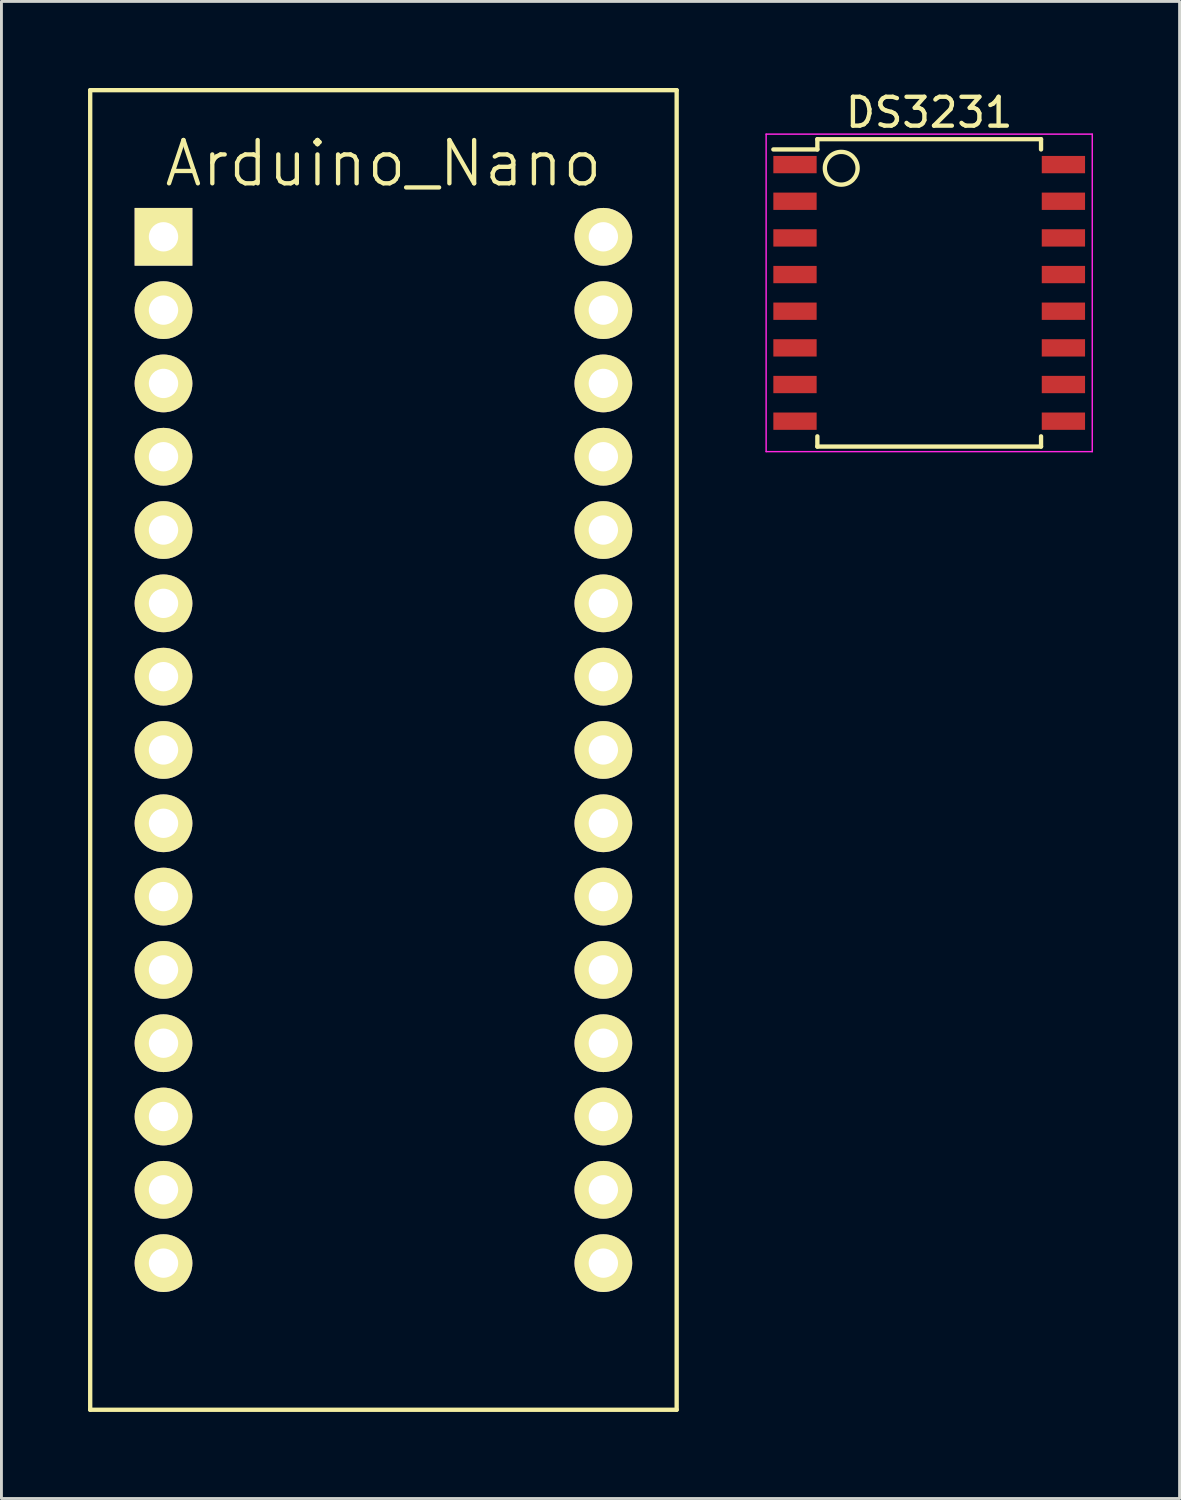
<source format=kicad_pcb>
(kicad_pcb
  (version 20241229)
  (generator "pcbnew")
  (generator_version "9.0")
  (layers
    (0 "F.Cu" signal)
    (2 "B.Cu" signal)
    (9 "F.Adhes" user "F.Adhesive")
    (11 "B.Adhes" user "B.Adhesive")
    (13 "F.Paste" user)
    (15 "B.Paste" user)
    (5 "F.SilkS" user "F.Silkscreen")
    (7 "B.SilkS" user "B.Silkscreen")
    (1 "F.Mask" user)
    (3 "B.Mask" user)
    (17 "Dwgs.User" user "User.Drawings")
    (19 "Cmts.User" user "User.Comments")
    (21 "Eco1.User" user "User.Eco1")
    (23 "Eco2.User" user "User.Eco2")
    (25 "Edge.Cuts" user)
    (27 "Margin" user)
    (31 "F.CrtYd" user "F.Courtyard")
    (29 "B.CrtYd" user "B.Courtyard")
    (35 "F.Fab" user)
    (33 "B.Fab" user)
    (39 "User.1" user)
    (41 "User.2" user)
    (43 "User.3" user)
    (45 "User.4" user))
  (footprint "DS3231"
    (layer "F.Cu")
    (at 29.145 7.098)
    (property "Reference" "DS3231" (at 0 -6.25 0) (layer "F.SilkS") (effects (font (size 1 1) (thickness 0.15))))
    (attr smd)
    (fp_line (start -3.875 -5.325) (end -3.875 -4.97) (stroke (width 0.15) (type solid)) (layer "F.SilkS"))
    (fp_line (start -3.875 -5.325) (end 3.875 -5.325) (stroke (width 0.15) (type solid)) (layer "F.SilkS"))
    (fp_line (start -3.875 -4.97) (end -5.4 -4.97) (stroke (width 0.15) (type solid)) (layer "F.SilkS"))
    (fp_line (start -3.875 5.325) (end -3.875 4.97) (stroke (width 0.15) (type solid)) (layer "F.SilkS"))
    (fp_line (start -3.875 5.325) (end 3.875 5.325) (stroke (width 0.15) (type solid)) (layer "F.SilkS"))
    (fp_line (start 3.875 -5.325) (end 3.875 -4.97) (stroke (width 0.15) (type solid)) (layer "F.SilkS"))
    (fp_line (start 3.875 5.325) (end 3.875 4.97) (stroke (width 0.15) (type solid)) (layer "F.SilkS"))
    (fp_circle (center -3.048 -4.318) (end -3.302 -4.826) (stroke (width 0.15) (type solid)) (fill no) (layer "F.SilkS"))
    (fp_line (start -5.65 -5.5) (end -5.65 5.5) (stroke (width 0.05) (type solid)) (layer "F.CrtYd"))
    (fp_line (start -5.65 -5.5) (end 5.65 -5.5) (stroke (width 0.05) (type solid)) (layer "F.CrtYd"))
    (fp_line (start -5.65 5.5) (end 5.65 5.5) (stroke (width 0.05) (type solid)) (layer "F.CrtYd"))
    (fp_line (start 5.65 -5.5) (end 5.65 5.5) (stroke (width 0.05) (type solid)) (layer "F.CrtYd"))
    (pad "1" smd rect (at -4.65 -4.445) (size 1.5 0.6) (layers "F.Cu" "F.Mask" "F.Paste"))
    (pad "2" smd rect (at -4.65 -3.175) (size 1.5 0.6) (layers "F.Cu" "F.Mask" "F.Paste"))
    (pad "3" smd rect (at -4.65 -1.905) (size 1.5 0.6) (layers "F.Cu" "F.Mask" "F.Paste"))
    (pad "4" smd rect (at -4.65 -0.635) (size 1.5 0.6) (layers "F.Cu" "F.Mask" "F.Paste"))
    (pad "5" smd rect (at -4.65 0.635) (size 1.5 0.6) (layers "F.Cu" "F.Mask" "F.Paste"))
    (pad "6" smd rect (at -4.65 1.905) (size 1.5 0.6) (layers "F.Cu" "F.Mask" "F.Paste"))
    (pad "7" smd rect (at -4.65 3.175) (size 1.5 0.6) (layers "F.Cu" "F.Mask" "F.Paste"))
    (pad "8" smd rect (at -4.65 4.445) (size 1.5 0.6) (layers "F.Cu" "F.Mask" "F.Paste"))
    (pad "9" smd rect (at 4.65 4.445) (size 1.5 0.6) (layers "F.Cu" "F.Mask" "F.Paste"))
    (pad "10" smd rect (at 4.65 3.175) (size 1.5 0.6) (layers "F.Cu" "F.Mask" "F.Paste"))
    (pad "11" smd rect (at 4.65 1.905) (size 1.5 0.6) (layers "F.Cu" "F.Mask" "F.Paste"))
    (pad "12" smd rect (at 4.65 0.635) (size 1.5 0.6) (layers "F.Cu" "F.Mask" "F.Paste"))
    (pad "13" smd rect (at 4.65 -0.635) (size 1.5 0.6) (layers "F.Cu" "F.Mask" "F.Paste"))
    (pad "14" smd rect (at 4.65 -1.905) (size 1.5 0.6) (layers "F.Cu" "F.Mask" "F.Paste"))
    (pad "15" smd rect (at 4.65 -3.175) (size 1.5 0.6) (layers "F.Cu" "F.Mask" "F.Paste"))
    (pad "16" smd rect (at 4.65 -4.445) (size 1.5 0.6) (layers "F.Cu" "F.Mask" "F.Paste")))
  (footprint "Arduino_Nano"
    (layer "F.Cu")
    (at 10.235 38.175)
    (property "Reference" "Arduino_Nano" (at 0 -35.56 0) (layer "F.SilkS") (effects (font (size 1.5 1.5) (thickness 0.15))))
    (attr through_hole)
    (fp_line (start -10.16 -38.1) (end -10.16 7.62) (stroke (width 0.15) (type solid)) (layer "F.SilkS"))
    (fp_line (start -10.16 7.62) (end 10.16 7.62) (stroke (width 0.15) (type solid)) (layer "F.SilkS"))
    (fp_line (start 10.16 -38.1) (end -10.16 -38.1) (stroke (width 0.15) (type solid)) (layer "F.SilkS"))
    (fp_line (start 10.16 7.62) (end 10.16 -38.1) (stroke (width 0.15) (type solid)) (layer "F.SilkS"))
    (pad "1" thru_hole rect (at -7.62 -33.02) (size 2 2) (drill 1.016) (layers "*.Cu" "*.Mask" "F.SilkS"))
    (pad "2" thru_hole circle (at -7.62 -30.48) (size 2 2) (drill 1.016) (layers "*.Cu" "*.Mask" "F.SilkS"))
    (pad "3" thru_hole circle (at -7.62 -27.94) (size 2 2) (drill 1.016) (layers "*.Cu" "*.Mask" "F.SilkS"))
    (pad "4" thru_hole circle (at -7.62 -25.4) (size 2 2) (drill 1.016) (layers "*.Cu" "*.Mask" "F.SilkS"))
    (pad "5" thru_hole circle (at -7.62 -22.86) (size 2 2) (drill 1.016) (layers "*.Cu" "*.Mask" "F.SilkS"))
    (pad "6" thru_hole circle (at -7.62 -20.32) (size 2 2) (drill 1.016) (layers "*.Cu" "*.Mask" "F.SilkS"))
    (pad "7" thru_hole circle (at -7.62 -17.78) (size 2 2) (drill 1.016) (layers "*.Cu" "*.Mask" "F.SilkS"))
    (pad "8" thru_hole circle (at -7.62 -15.24) (size 2 2) (drill 1.016) (layers "*.Cu" "*.Mask" "F.SilkS"))
    (pad "9" thru_hole circle (at -7.62 -12.7) (size 2 2) (drill 1.016) (layers "*.Cu" "*.Mask" "F.SilkS"))
    (pad "10" thru_hole circle (at -7.62 -10.16) (size 2 2) (drill 1.016) (layers "*.Cu" "*.Mask" "F.SilkS"))
    (pad "11" thru_hole circle (at -7.62 -7.62) (size 2 2) (drill 1.016) (layers "*.Cu" "*.Mask" "F.SilkS"))
    (pad "12" thru_hole circle (at -7.62 -5.08) (size 2 2) (drill 1.016) (layers "*.Cu" "*.Mask" "F.SilkS"))
    (pad "13" thru_hole circle (at -7.62 -2.54) (size 2 2) (drill 1.016) (layers "*.Cu" "*.Mask" "F.SilkS"))
    (pad "14" thru_hole circle (at -7.62 0) (size 2 2) (drill 1.016) (layers "*.Cu" "*.Mask" "F.SilkS"))
    (pad "15" thru_hole circle (at -7.62 2.54) (size 2 2) (drill 1.016) (layers "*.Cu" "*.Mask" "F.SilkS"))
    (pad "16" thru_hole circle (at 7.62 -33.02) (size 2 2) (drill 1.016) (layers "*.Cu" "*.Mask" "F.SilkS"))
    (pad "17" thru_hole circle (at 7.62 -30.48) (size 2 2) (drill 1.016) (layers "*.Cu" "*.Mask" "F.SilkS"))
    (pad "18" thru_hole circle (at 7.62 -27.94) (size 2 2) (drill 1.016) (layers "*.Cu" "*.Mask" "F.SilkS"))
    (pad "19" thru_hole circle (at 7.62 -25.4) (size 2 2) (drill 1.016) (layers "*.Cu" "*.Mask" "F.SilkS"))
    (pad "20" thru_hole circle (at 7.62 -22.86) (size 2 2) (drill 1.016) (layers "*.Cu" "*.Mask" "F.SilkS"))
    (pad "21" thru_hole circle (at 7.62 -20.32) (size 2 2) (drill 1.016) (layers "*.Cu" "*.Mask" "F.SilkS"))
    (pad "22" thru_hole circle (at 7.62 -17.78) (size 2 2) (drill 1.016) (layers "*.Cu" "*.Mask" "F.SilkS"))
    (pad "23" thru_hole circle (at 7.62 -15.24) (size 2 2) (drill 1.016) (layers "*.Cu" "*.Mask" "F.SilkS"))
    (pad "24" thru_hole circle (at 7.62 -12.7) (size 2 2) (drill 1.016) (layers "*.Cu" "*.Mask" "F.SilkS"))
    (pad "25" thru_hole circle (at 7.62 -10.16) (size 2 2) (drill 1.016) (layers "*.Cu" "*.Mask" "F.SilkS"))
    (pad "26" thru_hole circle (at 7.62 -7.62) (size 2 2) (drill 1.016) (layers "*.Cu" "*.Mask" "F.SilkS"))
    (pad "27" thru_hole circle (at 7.62 -5.08) (size 2 2) (drill 1.016) (layers "*.Cu" "*.Mask" "F.SilkS"))
    (pad "28" thru_hole circle (at 7.62 -2.54) (size 2 2) (drill 1.016) (layers "*.Cu" "*.Mask" "F.SilkS"))
    (pad "29" thru_hole circle (at 7.62 0) (size 2 2) (drill 1.016) (layers "*.Cu" "*.Mask" "F.SilkS"))
    (pad "30" thru_hole circle (at 7.62 2.54) (size 2 2) (drill 1.016) (layers "*.Cu" "*.Mask" "F.SilkS")))
  (gr_rect
    (start -3 -3)
    (end 37.82 48.87)
    (stroke (width 0.1) (type default))
    (fill no)
    (layer "Edge.Cuts")))
</source>
